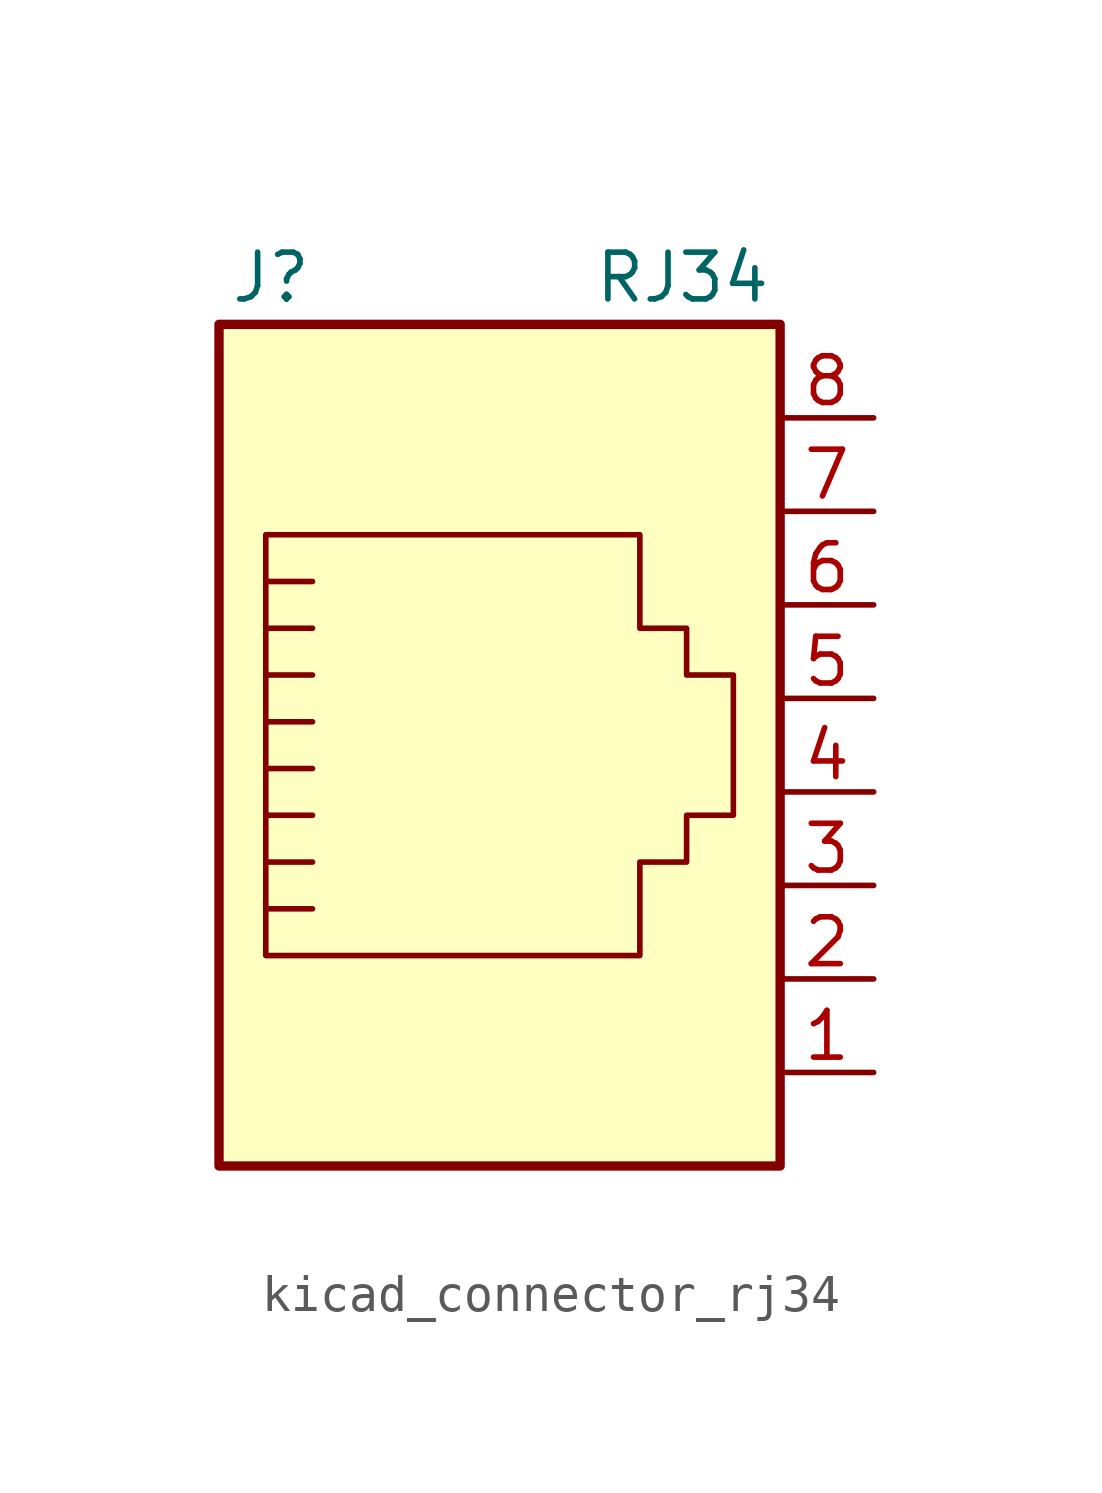
<source format=kicad_sym>
(kicad_symbol_lib
  (version 20220914)
  (generator kicad_symbol_editor)
  (symbol "kicad_connector_rj34"
    (pin_names
      (offset 1.016))
    (property "Reference" "J"
      (at -5.08 13.97 0)
      (effects (font (size 1.27 1.27)) (justify right)))
    (property "Value" "RJ34"
      (at 2.54 13.97 0)
      (effects (font (size 1.27 1.27)) (justify left)))
    (symbol "kicad_connector_rj34_0_1"
      (polyline (pts (xy -5.08 4.445) (xy -6.35 4.445)) (stroke (width 0) (type default)) (fill (type none)))
      (polyline (pts (xy -5.08 5.715) (xy -6.35 5.715)) (stroke (width 0) (type default)) (fill (type none)))
      (polyline (pts (xy -6.35 -3.175) (xy -5.08 -3.175) (xy -5.08 -3.175)) (stroke (width 0) (type default)) (fill (type none)))
      (polyline (pts (xy -6.35 -1.905) (xy -5.08 -1.905) (xy -5.08 -1.905)) (stroke (width 0) (type default)) (fill (type none)))
      (polyline (pts (xy -6.35 -0.635) (xy -5.08 -0.635) (xy -5.08 -0.635)) (stroke (width 0) (type default)) (fill (type none)))
      (polyline (pts (xy -6.35 0.635) (xy -5.08 0.635) (xy -5.08 0.635)) (stroke (width 0) (type default)) (fill (type none)))
      (polyline (pts (xy -6.35 1.905) (xy -5.08 1.905) (xy -5.08 1.905)) (stroke (width 0) (type default)) (fill (type none)))
      (polyline (pts (xy -5.08 3.175) (xy -6.35 3.175) (xy -6.35 3.175)) (stroke (width 0) (type default)) (fill (type none)))
      (polyline (pts (xy -6.35 -4.445) (xy -6.35 6.985) (xy 3.81 6.985) (xy 3.81 4.445) (xy 5.08 4.445) (xy 5.08 3.175) (xy 6.35 3.175) (xy 6.35 -0.635) (xy 5.08 -0.635) (xy 5.08 -1.905) (xy 3.81 -1.905) (xy 3.81 -4.445) (xy -6.35 -4.445) (xy -6.35 -4.445)) (stroke (width 0) (type default)) (fill (type none)))
      (rectangle (start 7.62 12.7) (end -7.62 -10.16) (stroke (width 0.254) (type default)) (fill (type background))))
    (symbol "kicad_connector_rj34_1_1"
      (pin passive line (at 10.16 -7.62 180) (length 2.54) (name "~" (effects (font (size 1.27 1.27)))) (number "1" (effects (font (size 1.27 1.27)))))
      (pin passive line (at 10.16 -5.08 180) (length 2.54) (name "~" (effects (font (size 1.27 1.27)))) (number "2" (effects (font (size 1.27 1.27)))))
      (pin passive line (at 10.16 -2.54 180) (length 2.54) (name "~" (effects (font (size 1.27 1.27)))) (number "3" (effects (font (size 1.27 1.27)))))
      (pin passive line (at 10.16 0 180) (length 2.54) (name "~" (effects (font (size 1.27 1.27)))) (number "4" (effects (font (size 1.27 1.27)))))
      (pin passive line (at 10.16 2.54 180) (length 2.54) (name "~" (effects (font (size 1.27 1.27)))) (number "5" (effects (font (size 1.27 1.27)))))
      (pin passive line (at 10.16 5.08 180) (length 2.54) (name "~" (effects (font (size 1.27 1.27)))) (number "6" (effects (font (size 1.27 1.27)))))
      (pin passive line (at 10.16 7.62 180) (length 2.54) (name "~" (effects (font (size 1.27 1.27)))) (number "7" (effects (font (size 1.27 1.27)))))
      (pin passive line (at 10.16 10.16 180) (length 2.54) (name "~" (effects (font (size 1.27 1.27)))) (number "8" (effects (font (size 1.27 1.27))))))))
</source>
